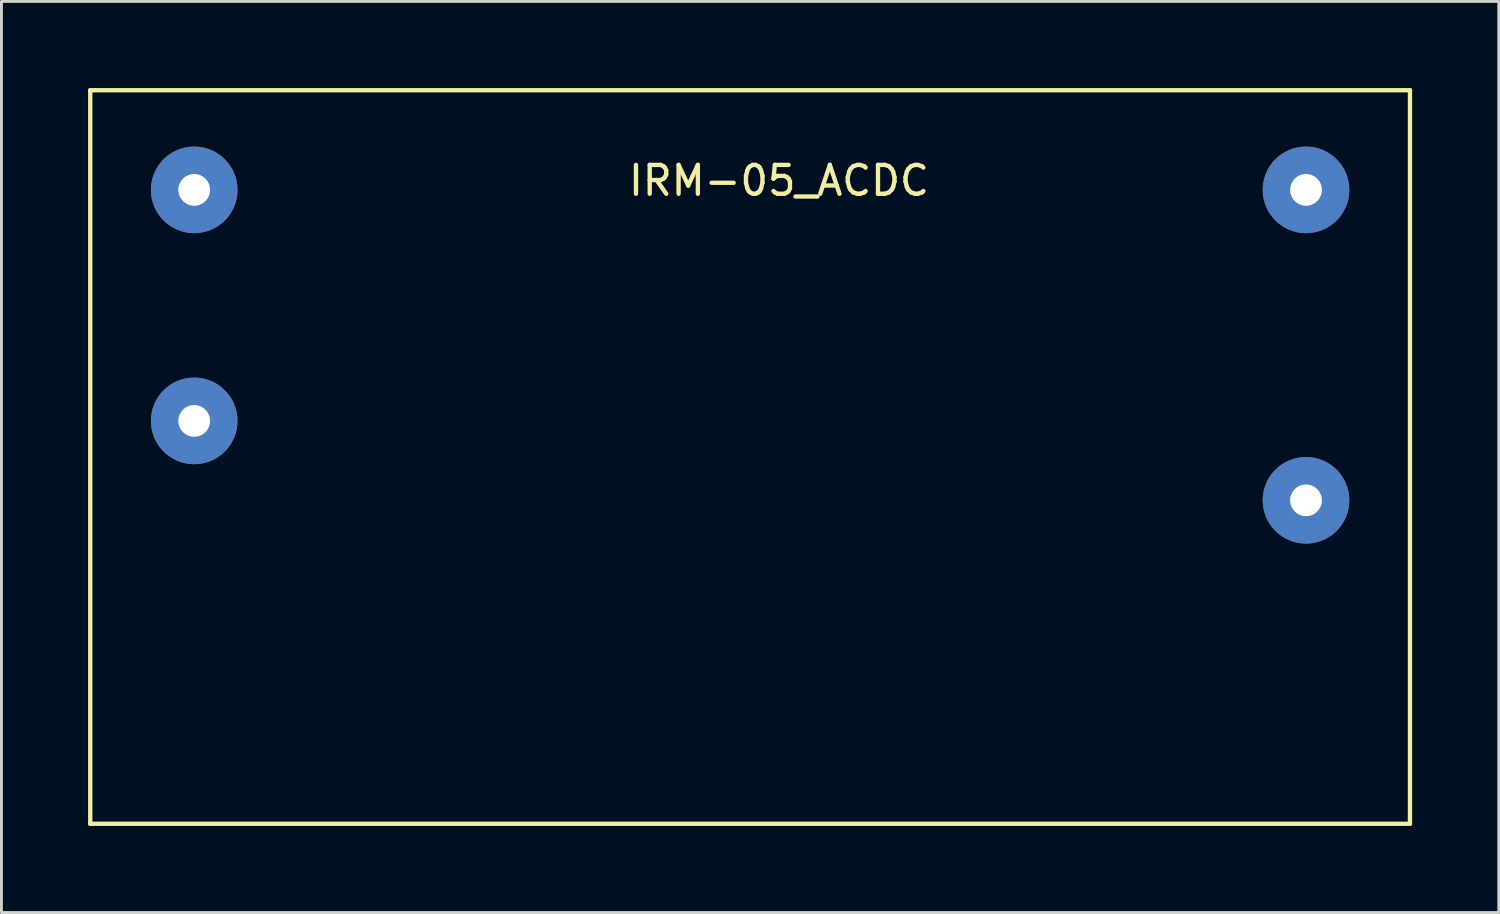
<source format=kicad_pcb>
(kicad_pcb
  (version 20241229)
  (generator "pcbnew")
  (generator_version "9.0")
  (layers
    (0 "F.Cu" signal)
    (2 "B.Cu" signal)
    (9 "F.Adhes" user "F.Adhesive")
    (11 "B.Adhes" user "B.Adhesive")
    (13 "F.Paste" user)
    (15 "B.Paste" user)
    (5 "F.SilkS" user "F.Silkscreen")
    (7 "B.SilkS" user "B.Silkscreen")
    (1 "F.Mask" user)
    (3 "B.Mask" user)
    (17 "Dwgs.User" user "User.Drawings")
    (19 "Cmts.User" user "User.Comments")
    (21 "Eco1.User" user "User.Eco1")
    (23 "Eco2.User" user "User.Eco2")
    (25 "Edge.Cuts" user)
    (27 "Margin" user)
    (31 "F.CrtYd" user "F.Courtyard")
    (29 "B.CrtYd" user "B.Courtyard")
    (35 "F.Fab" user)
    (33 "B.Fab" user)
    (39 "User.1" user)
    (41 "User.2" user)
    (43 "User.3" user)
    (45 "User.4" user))
  (footprint "IRM-05_ACDC"
    (layer "F.Cu")
    (at 22.925 11.525)
    (property "Reference" "IRM-05_ACDC" (at 1 -8.32 0) (layer "F.SilkS") (effects (font (size 1 1) (thickness 0.15))))
    (attr through_hole)
    (fp_line (start -22.85 -11.45) (end -22.85 13.95) (stroke (width 0.15) (type solid)) (layer "F.SilkS"))
    (fp_line (start 22.85 -11.45) (end -22.85 -11.45) (stroke (width 0.15) (type solid)) (layer "F.SilkS"))
    (fp_line (start 22.85 13.95) (end -22.85 13.95) (stroke (width 0.15) (type solid)) (layer "F.SilkS"))
    (fp_line (start 22.85 13.95) (end 22.85 -11.45) (stroke (width 0.15) (type solid)) (layer "F.SilkS"))
    (pad "1" thru_hole circle (at 19.25 -8) (size 3 3) (drill 1.1) (layers "*.Cu" "*.Mask"))
    (pad "2" thru_hole circle (at 19.25 2.75) (size 3 3) (drill 1.1) (layers "*.Cu" "*.Mask"))
    (pad "3" thru_hole circle (at -19.25 -8) (size 3 3) (drill 1.1) (layers "*.Cu" "*.Mask"))
    (pad "4" thru_hole circle (at -19.25 0) (size 3 3) (drill 1.1) (layers "*.Cu" "*.Mask")))
  (gr_rect
    (start -3 -3)
    (end 48.85 28.55)
    (stroke (width 0.1) (type default))
    (fill no)
    (layer "Edge.Cuts")))
</source>
